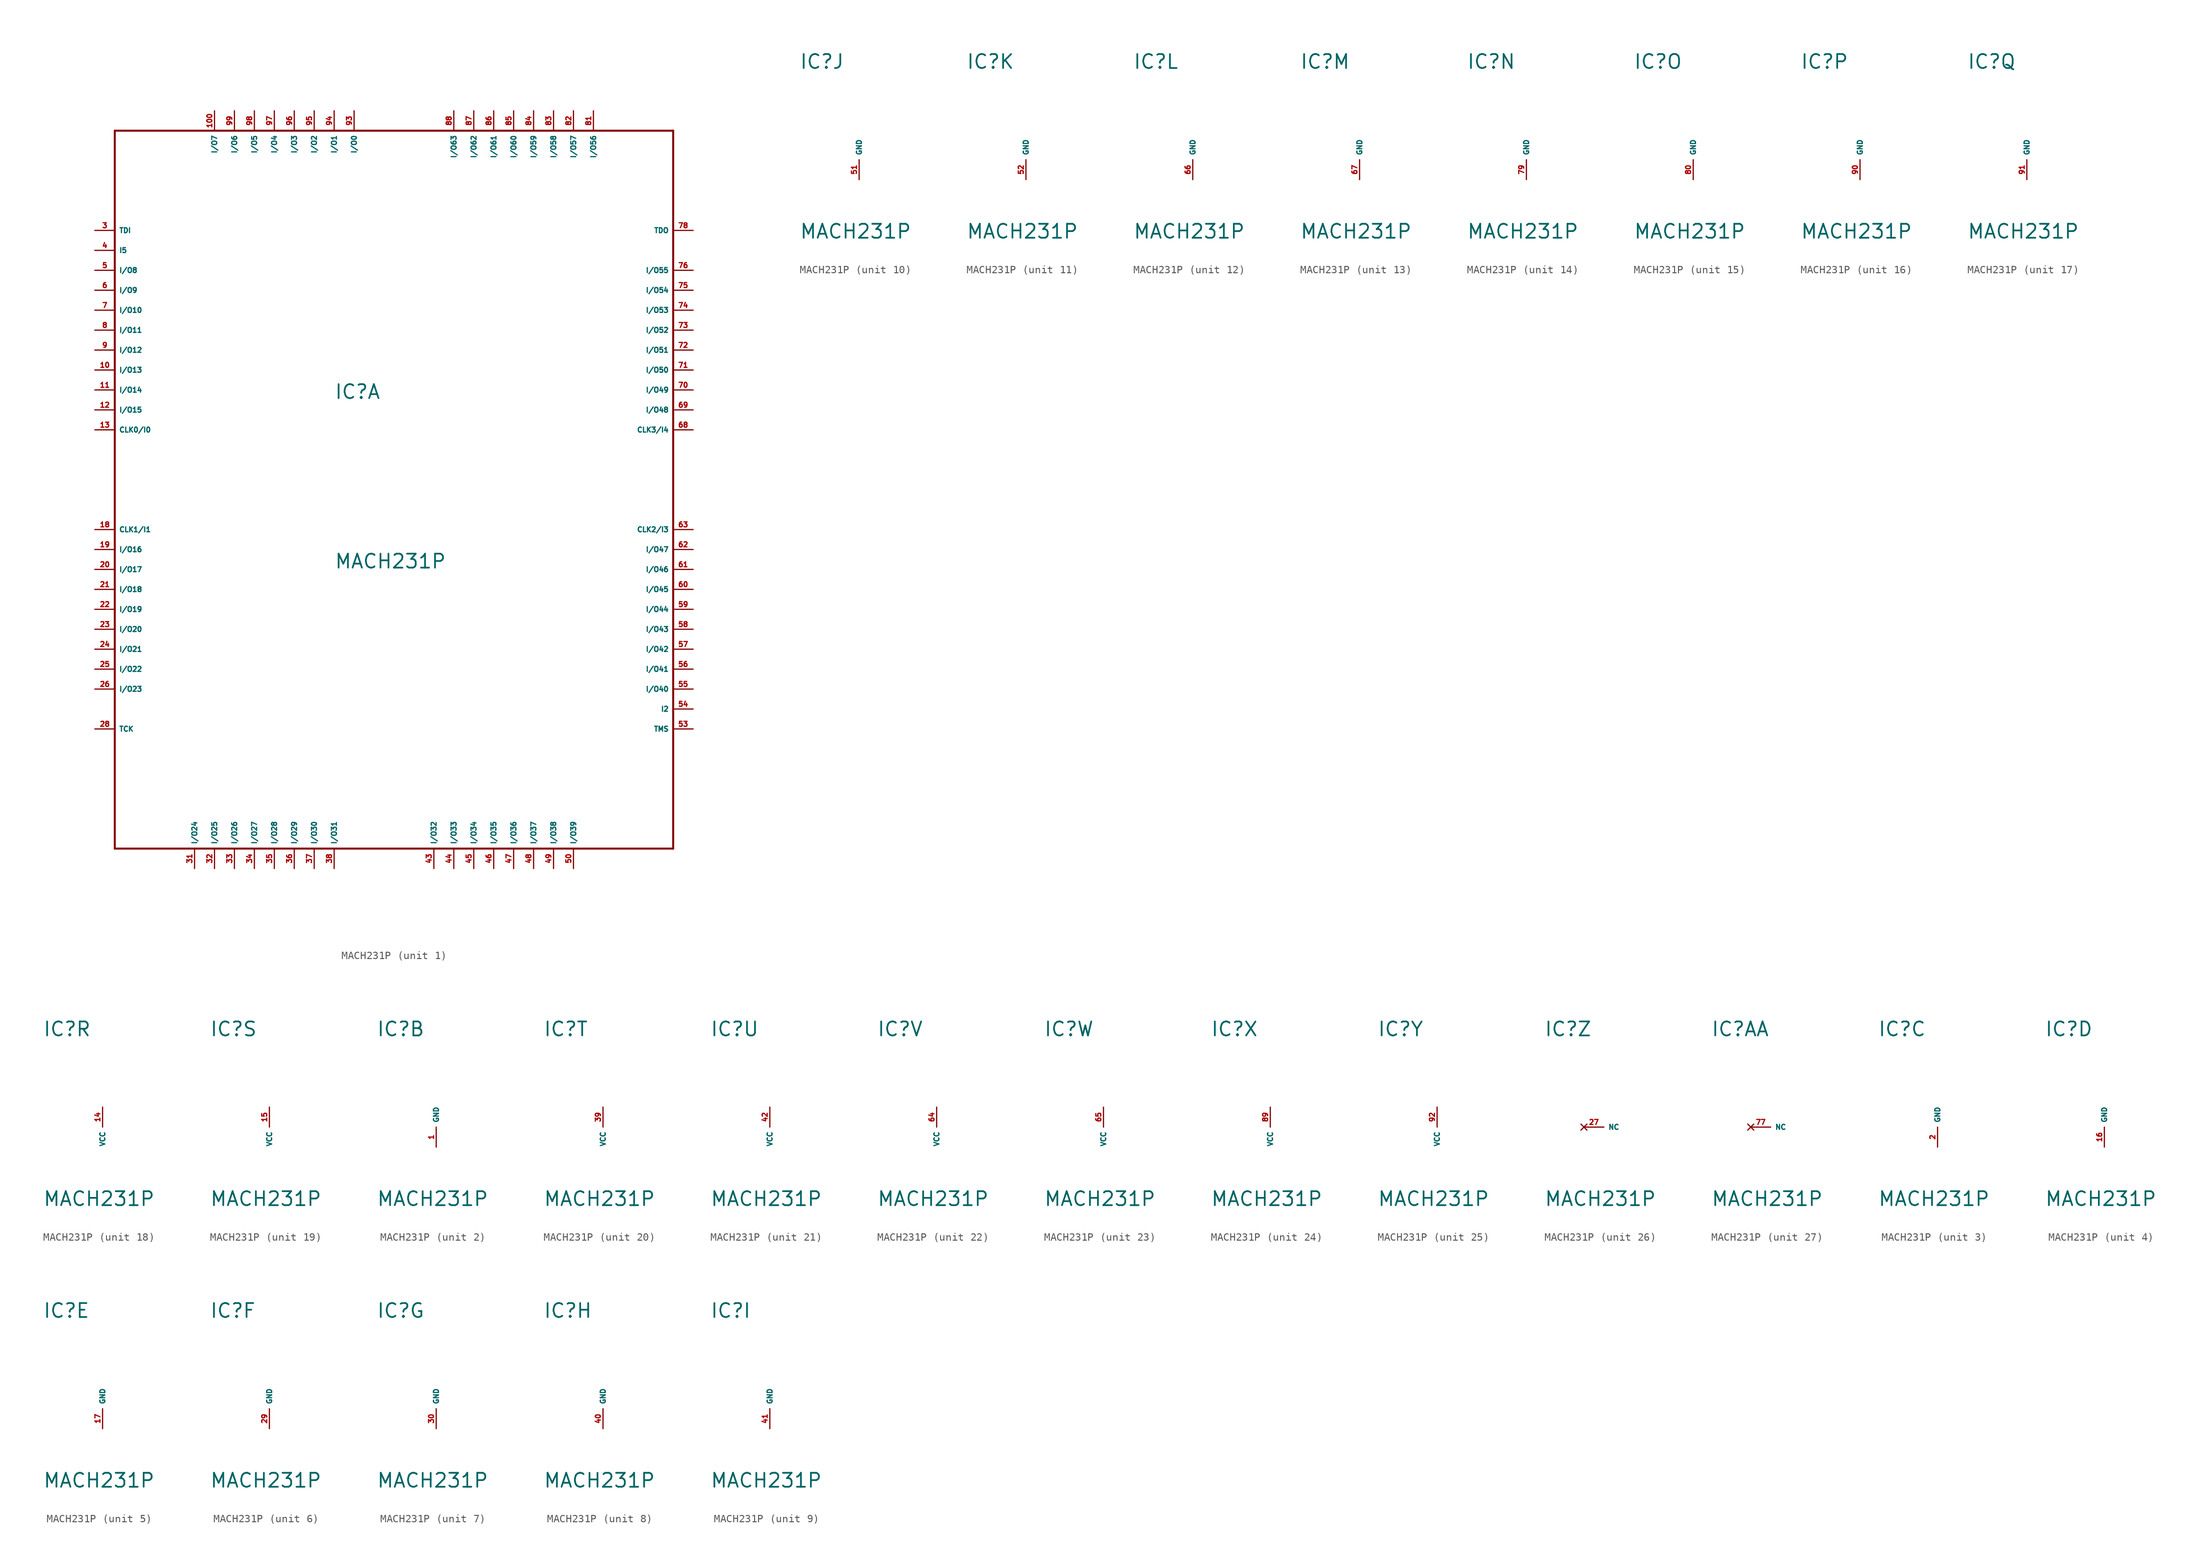
<source format=kicad_sym>
(kicad_symbol_lib
  (version 20220914)
  (generator Eagle2Kicad)
  (symbol "MACH231P"
    (property "Reference" "IC"
      (at -7.62 11.43 0)
      (effects (font (size 1.778 1.778) (thickness 0.22)) (justify left bottom)))
    (property "Value" "MACH231P"
      (at -7.62 -10.16 0)
      (effects (font (size 1.778 1.778) (thickness 0.22)) (justify left bottom)))
    (symbol "MACH231P_1_0"
      (polyline (pts (xy -35.56 45.72) (xy 35.56 45.72)) (stroke (width 0.254) (type default)) (fill (type none)))
      (polyline (pts (xy 35.56 45.72) (xy 35.56 -45.72)) (stroke (width 0.254) (type default)) (fill (type none)))
      (polyline (pts (xy 35.56 -45.72) (xy -35.56 -45.72)) (stroke (width 0.254) (type default)) (fill (type none)))
      (polyline (pts (xy -35.56 -45.72) (xy -35.56 45.72)) (stroke (width 0.254) (type default)) (fill (type none)))
      (pin bidirectional line (at -5.08 48.26 270) (length 2.54) (name "I/O0" (effects (font (size 0.635 0.635) (thickness 0.08)) (justify left bottom))) (number "93" (effects (font (size 0.635 0.635) (thickness 0.08)) (justify left bottom))))
      (pin bidirectional line (at -7.62 48.26 270) (length 2.54) (name "I/O1" (effects (font (size 0.635 0.635) (thickness 0.08)) (justify left bottom))) (number "94" (effects (font (size 0.635 0.635) (thickness 0.08)) (justify left bottom))))
      (pin bidirectional line (at -10.16 48.26 270) (length 2.54) (name "I/O2" (effects (font (size 0.635 0.635) (thickness 0.08)) (justify left bottom))) (number "95" (effects (font (size 0.635 0.635) (thickness 0.08)) (justify left bottom))))
      (pin bidirectional line (at -12.7 48.26 270) (length 2.54) (name "I/O3" (effects (font (size 0.635 0.635) (thickness 0.08)) (justify left bottom))) (number "96" (effects (font (size 0.635 0.635) (thickness 0.08)) (justify left bottom))))
      (pin bidirectional line (at -15.24 48.26 270) (length 2.54) (name "I/O4" (effects (font (size 0.635 0.635) (thickness 0.08)) (justify left bottom))) (number "97" (effects (font (size 0.635 0.635) (thickness 0.08)) (justify left bottom))))
      (pin bidirectional line (at -17.78 48.26 270) (length 2.54) (name "I/O5" (effects (font (size 0.635 0.635) (thickness 0.08)) (justify left bottom))) (number "98" (effects (font (size 0.635 0.635) (thickness 0.08)) (justify left bottom))))
      (pin bidirectional line (at -20.32 48.26 270) (length 2.54) (name "I/O6" (effects (font (size 0.635 0.635) (thickness 0.08)) (justify left bottom))) (number "99" (effects (font (size 0.635 0.635) (thickness 0.08)) (justify left bottom))))
      (pin bidirectional line (at -22.86 48.26 270) (length 2.54) (name "I/O7" (effects (font (size 0.635 0.635) (thickness 0.08)) (justify left bottom))) (number "100" (effects (font (size 0.635 0.635) (thickness 0.08)) (justify left bottom))))
      (pin bidirectional line (at -38.1 27.94 0) (length 2.54) (name "I/O8" (effects (font (size 0.635 0.635) (thickness 0.08)) (justify left bottom))) (number "5" (effects (font (size 0.635 0.635) (thickness 0.08)) (justify left bottom))))
      (pin bidirectional line (at -38.1 25.4 0) (length 2.54) (name "I/O9" (effects (font (size 0.635 0.635) (thickness 0.08)) (justify left bottom))) (number "6" (effects (font (size 0.635 0.635) (thickness 0.08)) (justify left bottom))))
      (pin bidirectional line (at -38.1 22.86 0) (length 2.54) (name "I/O10" (effects (font (size 0.635 0.635) (thickness 0.08)) (justify left bottom))) (number "7" (effects (font (size 0.635 0.635) (thickness 0.08)) (justify left bottom))))
      (pin bidirectional line (at -38.1 20.32 0) (length 2.54) (name "I/O11" (effects (font (size 0.635 0.635) (thickness 0.08)) (justify left bottom))) (number "8" (effects (font (size 0.635 0.635) (thickness 0.08)) (justify left bottom))))
      (pin bidirectional line (at -38.1 17.78 0) (length 2.54) (name "I/O12" (effects (font (size 0.635 0.635) (thickness 0.08)) (justify left bottom))) (number "9" (effects (font (size 0.635 0.635) (thickness 0.08)) (justify left bottom))))
      (pin bidirectional line (at -38.1 15.24 0) (length 2.54) (name "I/O13" (effects (font (size 0.635 0.635) (thickness 0.08)) (justify left bottom))) (number "10" (effects (font (size 0.635 0.635) (thickness 0.08)) (justify left bottom))))
      (pin bidirectional line (at -38.1 12.7 0) (length 2.54) (name "I/O14" (effects (font (size 0.635 0.635) (thickness 0.08)) (justify left bottom))) (number "11" (effects (font (size 0.635 0.635) (thickness 0.08)) (justify left bottom))))
      (pin bidirectional line (at -38.1 10.16 0) (length 2.54) (name "I/O15" (effects (font (size 0.635 0.635) (thickness 0.08)) (justify left bottom))) (number "12" (effects (font (size 0.635 0.635) (thickness 0.08)) (justify left bottom))))
      (pin bidirectional line (at -38.1 -7.62 0) (length 2.54) (name "I/O16" (effects (font (size 0.635 0.635) (thickness 0.08)) (justify left bottom))) (number "19" (effects (font (size 0.635 0.635) (thickness 0.08)) (justify left bottom))))
      (pin bidirectional line (at -38.1 -10.16 0) (length 2.54) (name "I/O17" (effects (font (size 0.635 0.635) (thickness 0.08)) (justify left bottom))) (number "20" (effects (font (size 0.635 0.635) (thickness 0.08)) (justify left bottom))))
      (pin bidirectional line (at -38.1 -12.7 0) (length 2.54) (name "I/O18" (effects (font (size 0.635 0.635) (thickness 0.08)) (justify left bottom))) (number "21" (effects (font (size 0.635 0.635) (thickness 0.08)) (justify left bottom))))
      (pin bidirectional line (at -38.1 -15.24 0) (length 2.54) (name "I/O19" (effects (font (size 0.635 0.635) (thickness 0.08)) (justify left bottom))) (number "22" (effects (font (size 0.635 0.635) (thickness 0.08)) (justify left bottom))))
      (pin bidirectional line (at -38.1 -17.78 0) (length 2.54) (name "I/O20" (effects (font (size 0.635 0.635) (thickness 0.08)) (justify left bottom))) (number "23" (effects (font (size 0.635 0.635) (thickness 0.08)) (justify left bottom))))
      (pin bidirectional line (at -38.1 -20.32 0) (length 2.54) (name "I/O21" (effects (font (size 0.635 0.635) (thickness 0.08)) (justify left bottom))) (number "24" (effects (font (size 0.635 0.635) (thickness 0.08)) (justify left bottom))))
      (pin bidirectional line (at -38.1 -22.86 0) (length 2.54) (name "I/O22" (effects (font (size 0.635 0.635) (thickness 0.08)) (justify left bottom))) (number "25" (effects (font (size 0.635 0.635) (thickness 0.08)) (justify left bottom))))
      (pin bidirectional line (at -38.1 -25.4 0) (length 2.54) (name "I/O23" (effects (font (size 0.635 0.635) (thickness 0.08)) (justify left bottom))) (number "26" (effects (font (size 0.635 0.635) (thickness 0.08)) (justify left bottom))))
      (pin bidirectional line (at -25.4 -48.26 90) (length 2.54) (name "I/O24" (effects (font (size 0.635 0.635) (thickness 0.08)) (justify left bottom))) (number "31" (effects (font (size 0.635 0.635) (thickness 0.08)) (justify left bottom))))
      (pin bidirectional line (at -22.86 -48.26 90) (length 2.54) (name "I/O25" (effects (font (size 0.635 0.635) (thickness 0.08)) (justify left bottom))) (number "32" (effects (font (size 0.635 0.635) (thickness 0.08)) (justify left bottom))))
      (pin bidirectional line (at -20.32 -48.26 90) (length 2.54) (name "I/O26" (effects (font (size 0.635 0.635) (thickness 0.08)) (justify left bottom))) (number "33" (effects (font (size 0.635 0.635) (thickness 0.08)) (justify left bottom))))
      (pin bidirectional line (at -17.78 -48.26 90) (length 2.54) (name "I/O27" (effects (font (size 0.635 0.635) (thickness 0.08)) (justify left bottom))) (number "34" (effects (font (size 0.635 0.635) (thickness 0.08)) (justify left bottom))))
      (pin bidirectional line (at -15.24 -48.26 90) (length 2.54) (name "I/O28" (effects (font (size 0.635 0.635) (thickness 0.08)) (justify left bottom))) (number "35" (effects (font (size 0.635 0.635) (thickness 0.08)) (justify left bottom))))
      (pin bidirectional line (at -12.7 -48.26 90) (length 2.54) (name "I/O29" (effects (font (size 0.635 0.635) (thickness 0.08)) (justify left bottom))) (number "36" (effects (font (size 0.635 0.635) (thickness 0.08)) (justify left bottom))))
      (pin bidirectional line (at -10.16 -48.26 90) (length 2.54) (name "I/O30" (effects (font (size 0.635 0.635) (thickness 0.08)) (justify left bottom))) (number "37" (effects (font (size 0.635 0.635) (thickness 0.08)) (justify left bottom))))
      (pin bidirectional line (at -7.62 -48.26 90) (length 2.54) (name "I/O31" (effects (font (size 0.635 0.635) (thickness 0.08)) (justify left bottom))) (number "38" (effects (font (size 0.635 0.635) (thickness 0.08)) (justify left bottom))))
      (pin bidirectional line (at 5.08 -48.26 90) (length 2.54) (name "I/O32" (effects (font (size 0.635 0.635) (thickness 0.08)) (justify left bottom))) (number "43" (effects (font (size 0.635 0.635) (thickness 0.08)) (justify left bottom))))
      (pin bidirectional line (at 7.62 -48.26 90) (length 2.54) (name "I/O33" (effects (font (size 0.635 0.635) (thickness 0.08)) (justify left bottom))) (number "44" (effects (font (size 0.635 0.635) (thickness 0.08)) (justify left bottom))))
      (pin bidirectional line (at 10.16 -48.26 90) (length 2.54) (name "I/O34" (effects (font (size 0.635 0.635) (thickness 0.08)) (justify left bottom))) (number "45" (effects (font (size 0.635 0.635) (thickness 0.08)) (justify left bottom))))
      (pin bidirectional line (at 12.7 -48.26 90) (length 2.54) (name "I/O35" (effects (font (size 0.635 0.635) (thickness 0.08)) (justify left bottom))) (number "46" (effects (font (size 0.635 0.635) (thickness 0.08)) (justify left bottom))))
      (pin bidirectional line (at 15.24 -48.26 90) (length 2.54) (name "I/O36" (effects (font (size 0.635 0.635) (thickness 0.08)) (justify left bottom))) (number "47" (effects (font (size 0.635 0.635) (thickness 0.08)) (justify left bottom))))
      (pin bidirectional line (at 17.78 -48.26 90) (length 2.54) (name "I/O37" (effects (font (size 0.635 0.635) (thickness 0.08)) (justify left bottom))) (number "48" (effects (font (size 0.635 0.635) (thickness 0.08)) (justify left bottom))))
      (pin bidirectional line (at 20.32 -48.26 90) (length 2.54) (name "I/O38" (effects (font (size 0.635 0.635) (thickness 0.08)) (justify left bottom))) (number "49" (effects (font (size 0.635 0.635) (thickness 0.08)) (justify left bottom))))
      (pin bidirectional line (at 22.86 -48.26 90) (length 2.54) (name "I/O39" (effects (font (size 0.635 0.635) (thickness 0.08)) (justify left bottom))) (number "50" (effects (font (size 0.635 0.635) (thickness 0.08)) (justify left bottom))))
      (pin bidirectional line (at 38.1 -25.4 180) (length 2.54) (name "I/O40" (effects (font (size 0.635 0.635) (thickness 0.08)) (justify left bottom))) (number "55" (effects (font (size 0.635 0.635) (thickness 0.08)) (justify left bottom))))
      (pin bidirectional line (at 38.1 -22.86 180) (length 2.54) (name "I/O41" (effects (font (size 0.635 0.635) (thickness 0.08)) (justify left bottom))) (number "56" (effects (font (size 0.635 0.635) (thickness 0.08)) (justify left bottom))))
      (pin bidirectional line (at 38.1 -20.32 180) (length 2.54) (name "I/O42" (effects (font (size 0.635 0.635) (thickness 0.08)) (justify left bottom))) (number "57" (effects (font (size 0.635 0.635) (thickness 0.08)) (justify left bottom))))
      (pin bidirectional line (at 38.1 -17.78 180) (length 2.54) (name "I/O43" (effects (font (size 0.635 0.635) (thickness 0.08)) (justify left bottom))) (number "58" (effects (font (size 0.635 0.635) (thickness 0.08)) (justify left bottom))))
      (pin bidirectional line (at 38.1 -15.24 180) (length 2.54) (name "I/O44" (effects (font (size 0.635 0.635) (thickness 0.08)) (justify left bottom))) (number "59" (effects (font (size 0.635 0.635) (thickness 0.08)) (justify left bottom))))
      (pin bidirectional line (at 38.1 -12.7 180) (length 2.54) (name "I/O45" (effects (font (size 0.635 0.635) (thickness 0.08)) (justify left bottom))) (number "60" (effects (font (size 0.635 0.635) (thickness 0.08)) (justify left bottom))))
      (pin bidirectional line (at 38.1 -10.16 180) (length 2.54) (name "I/O46" (effects (font (size 0.635 0.635) (thickness 0.08)) (justify left bottom))) (number "61" (effects (font (size 0.635 0.635) (thickness 0.08)) (justify left bottom))))
      (pin bidirectional line (at 38.1 -7.62 180) (length 2.54) (name "I/O47" (effects (font (size 0.635 0.635) (thickness 0.08)) (justify left bottom))) (number "62" (effects (font (size 0.635 0.635) (thickness 0.08)) (justify left bottom))))
      (pin bidirectional line (at 38.1 10.16 180) (length 2.54) (name "I/O48" (effects (font (size 0.635 0.635) (thickness 0.08)) (justify left bottom))) (number "69" (effects (font (size 0.635 0.635) (thickness 0.08)) (justify left bottom))))
      (pin bidirectional line (at 38.1 12.7 180) (length 2.54) (name "I/O49" (effects (font (size 0.635 0.635) (thickness 0.08)) (justify left bottom))) (number "70" (effects (font (size 0.635 0.635) (thickness 0.08)) (justify left bottom))))
      (pin bidirectional line (at 38.1 15.24 180) (length 2.54) (name "I/O50" (effects (font (size 0.635 0.635) (thickness 0.08)) (justify left bottom))) (number "71" (effects (font (size 0.635 0.635) (thickness 0.08)) (justify left bottom))))
      (pin bidirectional line (at 38.1 17.78 180) (length 2.54) (name "I/O51" (effects (font (size 0.635 0.635) (thickness 0.08)) (justify left bottom))) (number "72" (effects (font (size 0.635 0.635) (thickness 0.08)) (justify left bottom))))
      (pin bidirectional line (at 38.1 20.32 180) (length 2.54) (name "I/O52" (effects (font (size 0.635 0.635) (thickness 0.08)) (justify left bottom))) (number "73" (effects (font (size 0.635 0.635) (thickness 0.08)) (justify left bottom))))
      (pin bidirectional line (at 38.1 22.86 180) (length 2.54) (name "I/O53" (effects (font (size 0.635 0.635) (thickness 0.08)) (justify left bottom))) (number "74" (effects (font (size 0.635 0.635) (thickness 0.08)) (justify left bottom))))
      (pin bidirectional line (at 38.1 25.4 180) (length 2.54) (name "I/O54" (effects (font (size 0.635 0.635) (thickness 0.08)) (justify left bottom))) (number "75" (effects (font (size 0.635 0.635) (thickness 0.08)) (justify left bottom))))
      (pin bidirectional line (at 38.1 27.94 180) (length 2.54) (name "I/O55" (effects (font (size 0.635 0.635) (thickness 0.08)) (justify left bottom))) (number "76" (effects (font (size 0.635 0.635) (thickness 0.08)) (justify left bottom))))
      (pin bidirectional line (at 25.4 48.26 270) (length 2.54) (name "I/O56" (effects (font (size 0.635 0.635) (thickness 0.08)) (justify left bottom))) (number "81" (effects (font (size 0.635 0.635) (thickness 0.08)) (justify left bottom))))
      (pin bidirectional line (at 22.86 48.26 270) (length 2.54) (name "I/O57" (effects (font (size 0.635 0.635) (thickness 0.08)) (justify left bottom))) (number "82" (effects (font (size 0.635 0.635) (thickness 0.08)) (justify left bottom))))
      (pin bidirectional line (at 20.32 48.26 270) (length 2.54) (name "I/O58" (effects (font (size 0.635 0.635) (thickness 0.08)) (justify left bottom))) (number "83" (effects (font (size 0.635 0.635) (thickness 0.08)) (justify left bottom))))
      (pin bidirectional line (at 17.78 48.26 270) (length 2.54) (name "I/O59" (effects (font (size 0.635 0.635) (thickness 0.08)) (justify left bottom))) (number "84" (effects (font (size 0.635 0.635) (thickness 0.08)) (justify left bottom))))
      (pin bidirectional line (at 15.24 48.26 270) (length 2.54) (name "I/O60" (effects (font (size 0.635 0.635) (thickness 0.08)) (justify left bottom))) (number "85" (effects (font (size 0.635 0.635) (thickness 0.08)) (justify left bottom))))
      (pin bidirectional line (at 12.7 48.26 270) (length 2.54) (name "I/O61" (effects (font (size 0.635 0.635) (thickness 0.08)) (justify left bottom))) (number "86" (effects (font (size 0.635 0.635) (thickness 0.08)) (justify left bottom))))
      (pin bidirectional line (at 10.16 48.26 270) (length 2.54) (name "I/O62" (effects (font (size 0.635 0.635) (thickness 0.08)) (justify left bottom))) (number "87" (effects (font (size 0.635 0.635) (thickness 0.08)) (justify left bottom))))
      (pin bidirectional line (at 7.62 48.26 270) (length 2.54) (name "I/O63" (effects (font (size 0.635 0.635) (thickness 0.08)) (justify left bottom))) (number "88" (effects (font (size 0.635 0.635) (thickness 0.08)) (justify left bottom))))
      (pin input line (at -38.1 7.62 0) (length 2.54) (name "CLK0/I0" (effects (font (size 0.635 0.635) (thickness 0.08)) (justify left bottom))) (number "13" (effects (font (size 0.635 0.635) (thickness 0.08)) (justify left bottom))))
      (pin input line (at -38.1 -5.08 0) (length 2.54) (name "CLK1/I1" (effects (font (size 0.635 0.635) (thickness 0.08)) (justify left bottom))) (number "18" (effects (font (size 0.635 0.635) (thickness 0.08)) (justify left bottom))))
      (pin input line (at 38.1 -27.94 180) (length 2.54) (name "I2" (effects (font (size 0.635 0.635) (thickness 0.08)) (justify left bottom))) (number "54" (effects (font (size 0.635 0.635) (thickness 0.08)) (justify left bottom))))
      (pin input line (at 38.1 -5.08 180) (length 2.54) (name "CLK2/I3" (effects (font (size 0.635 0.635) (thickness 0.08)) (justify left bottom))) (number "63" (effects (font (size 0.635 0.635) (thickness 0.08)) (justify left bottom))))
      (pin input line (at 38.1 7.62 180) (length 2.54) (name "CLK3/I4" (effects (font (size 0.635 0.635) (thickness 0.08)) (justify left bottom))) (number "68" (effects (font (size 0.635 0.635) (thickness 0.08)) (justify left bottom))))
      (pin input line (at -38.1 30.48 0) (length 2.54) (name "I5" (effects (font (size 0.635 0.635) (thickness 0.08)) (justify left bottom))) (number "4" (effects (font (size 0.635 0.635) (thickness 0.08)) (justify left bottom))))
      (pin input line (at -38.1 33.02 0) (length 2.54) (name "TDI" (effects (font (size 0.635 0.635) (thickness 0.08)) (justify left bottom))) (number "3" (effects (font (size 0.635 0.635) (thickness 0.08)) (justify left bottom))))
      (pin input line (at -38.1 -30.48 0) (length 2.54) (name "TCK" (effects (font (size 0.635 0.635) (thickness 0.08)) (justify left bottom))) (number "28" (effects (font (size 0.635 0.635) (thickness 0.08)) (justify left bottom))))
      (pin input line (at 38.1 -30.48 180) (length 2.54) (name "TMS" (effects (font (size 0.635 0.635) (thickness 0.08)) (justify left bottom))) (number "53" (effects (font (size 0.635 0.635) (thickness 0.08)) (justify left bottom))))
      (pin input line (at 38.1 33.02 180) (length 2.54) (name "TDO" (effects (font (size 0.635 0.635) (thickness 0.08)) (justify left bottom))) (number "78" (effects (font (size 0.635 0.635) (thickness 0.08)) (justify left bottom)))))
    (symbol "MACH231P_2_0"
      (pin unspecified line (at 0 -2.54 90) (length 2.54) (name "GND" (effects (font (size 0.635 0.635) (thickness 0.08)) (justify left bottom))) (number "1" (effects (font (size 0.635 0.635) (thickness 0.08)) (justify left bottom)))))
    (symbol "MACH231P_3_0"
      (pin unspecified line (at 0 -2.54 90) (length 2.54) (name "GND" (effects (font (size 0.635 0.635) (thickness 0.08)) (justify left bottom))) (number "2" (effects (font (size 0.635 0.635) (thickness 0.08)) (justify left bottom)))))
    (symbol "MACH231P_4_0"
      (pin unspecified line (at 0 -2.54 90) (length 2.54) (name "GND" (effects (font (size 0.635 0.635) (thickness 0.08)) (justify left bottom))) (number "16" (effects (font (size 0.635 0.635) (thickness 0.08)) (justify left bottom)))))
    (symbol "MACH231P_5_0"
      (pin unspecified line (at 0 -2.54 90) (length 2.54) (name "GND" (effects (font (size 0.635 0.635) (thickness 0.08)) (justify left bottom))) (number "17" (effects (font (size 0.635 0.635) (thickness 0.08)) (justify left bottom)))))
    (symbol "MACH231P_6_0"
      (pin unspecified line (at 0 -2.54 90) (length 2.54) (name "GND" (effects (font (size 0.635 0.635) (thickness 0.08)) (justify left bottom))) (number "29" (effects (font (size 0.635 0.635) (thickness 0.08)) (justify left bottom)))))
    (symbol "MACH231P_7_0"
      (pin unspecified line (at 0 -2.54 90) (length 2.54) (name "GND" (effects (font (size 0.635 0.635) (thickness 0.08)) (justify left bottom))) (number "30" (effects (font (size 0.635 0.635) (thickness 0.08)) (justify left bottom)))))
    (symbol "MACH231P_8_0"
      (pin unspecified line (at 0 -2.54 90) (length 2.54) (name "GND" (effects (font (size 0.635 0.635) (thickness 0.08)) (justify left bottom))) (number "40" (effects (font (size 0.635 0.635) (thickness 0.08)) (justify left bottom)))))
    (symbol "MACH231P_9_0"
      (pin unspecified line (at 0 -2.54 90) (length 2.54) (name "GND" (effects (font (size 0.635 0.635) (thickness 0.08)) (justify left bottom))) (number "41" (effects (font (size 0.635 0.635) (thickness 0.08)) (justify left bottom)))))
    (symbol "MACH231P_10_0"
      (pin unspecified line (at 0 -2.54 90) (length 2.54) (name "GND" (effects (font (size 0.635 0.635) (thickness 0.08)) (justify left bottom))) (number "51" (effects (font (size 0.635 0.635) (thickness 0.08)) (justify left bottom)))))
    (symbol "MACH231P_11_0"
      (pin unspecified line (at 0 -2.54 90) (length 2.54) (name "GND" (effects (font (size 0.635 0.635) (thickness 0.08)) (justify left bottom))) (number "52" (effects (font (size 0.635 0.635) (thickness 0.08)) (justify left bottom)))))
    (symbol "MACH231P_12_0"
      (pin unspecified line (at 0 -2.54 90) (length 2.54) (name "GND" (effects (font (size 0.635 0.635) (thickness 0.08)) (justify left bottom))) (number "66" (effects (font (size 0.635 0.635) (thickness 0.08)) (justify left bottom)))))
    (symbol "MACH231P_13_0"
      (pin unspecified line (at 0 -2.54 90) (length 2.54) (name "GND" (effects (font (size 0.635 0.635) (thickness 0.08)) (justify left bottom))) (number "67" (effects (font (size 0.635 0.635) (thickness 0.08)) (justify left bottom)))))
    (symbol "MACH231P_14_0"
      (pin unspecified line (at 0 -2.54 90) (length 2.54) (name "GND" (effects (font (size 0.635 0.635) (thickness 0.08)) (justify left bottom))) (number "79" (effects (font (size 0.635 0.635) (thickness 0.08)) (justify left bottom)))))
    (symbol "MACH231P_15_0"
      (pin unspecified line (at 0 -2.54 90) (length 2.54) (name "GND" (effects (font (size 0.635 0.635) (thickness 0.08)) (justify left bottom))) (number "80" (effects (font (size 0.635 0.635) (thickness 0.08)) (justify left bottom)))))
    (symbol "MACH231P_16_0"
      (pin unspecified line (at 0 -2.54 90) (length 2.54) (name "GND" (effects (font (size 0.635 0.635) (thickness 0.08)) (justify left bottom))) (number "90" (effects (font (size 0.635 0.635) (thickness 0.08)) (justify left bottom)))))
    (symbol "MACH231P_17_0"
      (pin unspecified line (at 0 -2.54 90) (length 2.54) (name "GND" (effects (font (size 0.635 0.635) (thickness 0.08)) (justify left bottom))) (number "91" (effects (font (size 0.635 0.635) (thickness 0.08)) (justify left bottom)))))
    (symbol "MACH231P_18_0"
      (pin unspecified line (at 0 2.54 270) (length 2.54) (name "VCC" (effects (font (size 0.635 0.635) (thickness 0.08)) (justify left bottom))) (number "14" (effects (font (size 0.635 0.635) (thickness 0.08)) (justify left bottom)))))
    (symbol "MACH231P_19_0"
      (pin unspecified line (at 0 2.54 270) (length 2.54) (name "VCC" (effects (font (size 0.635 0.635) (thickness 0.08)) (justify left bottom))) (number "15" (effects (font (size 0.635 0.635) (thickness 0.08)) (justify left bottom)))))
    (symbol "MACH231P_20_0"
      (pin unspecified line (at 0 2.54 270) (length 2.54) (name "VCC" (effects (font (size 0.635 0.635) (thickness 0.08)) (justify left bottom))) (number "39" (effects (font (size 0.635 0.635) (thickness 0.08)) (justify left bottom)))))
    (symbol "MACH231P_21_0"
      (pin unspecified line (at 0 2.54 270) (length 2.54) (name "VCC" (effects (font (size 0.635 0.635) (thickness 0.08)) (justify left bottom))) (number "42" (effects (font (size 0.635 0.635) (thickness 0.08)) (justify left bottom)))))
    (symbol "MACH231P_22_0"
      (pin unspecified line (at 0 2.54 270) (length 2.54) (name "VCC" (effects (font (size 0.635 0.635) (thickness 0.08)) (justify left bottom))) (number "64" (effects (font (size 0.635 0.635) (thickness 0.08)) (justify left bottom)))))
    (symbol "MACH231P_23_0"
      (pin unspecified line (at 0 2.54 270) (length 2.54) (name "VCC" (effects (font (size 0.635 0.635) (thickness 0.08)) (justify left bottom))) (number "65" (effects (font (size 0.635 0.635) (thickness 0.08)) (justify left bottom)))))
    (symbol "MACH231P_24_0"
      (pin unspecified line (at 0 2.54 270) (length 2.54) (name "VCC" (effects (font (size 0.635 0.635) (thickness 0.08)) (justify left bottom))) (number "89" (effects (font (size 0.635 0.635) (thickness 0.08)) (justify left bottom)))))
    (symbol "MACH231P_25_0"
      (pin unspecified line (at 0 2.54 270) (length 2.54) (name "VCC" (effects (font (size 0.635 0.635) (thickness 0.08)) (justify left bottom))) (number "92" (effects (font (size 0.635 0.635) (thickness 0.08)) (justify left bottom)))))
    (symbol "MACH231P_26_0"
      (pin no_connect line (at -2.54 0 0) (length 2.54) (name "NC" (effects (font (size 0.635 0.635) (thickness 0.08)) (justify left bottom) hide)) (number "27" (effects (font (size 0.635 0.635) (thickness 0.08)) (justify left bottom) hide))))
    (symbol "MACH231P_27_0"
      (pin no_connect line (at -2.54 0 0) (length 2.54) (name "NC" (effects (font (size 0.635 0.635) (thickness 0.08)) (justify left bottom) hide)) (number "77" (effects (font (size 0.635 0.635) (thickness 0.08)) (justify left bottom) hide))))))
</source>
